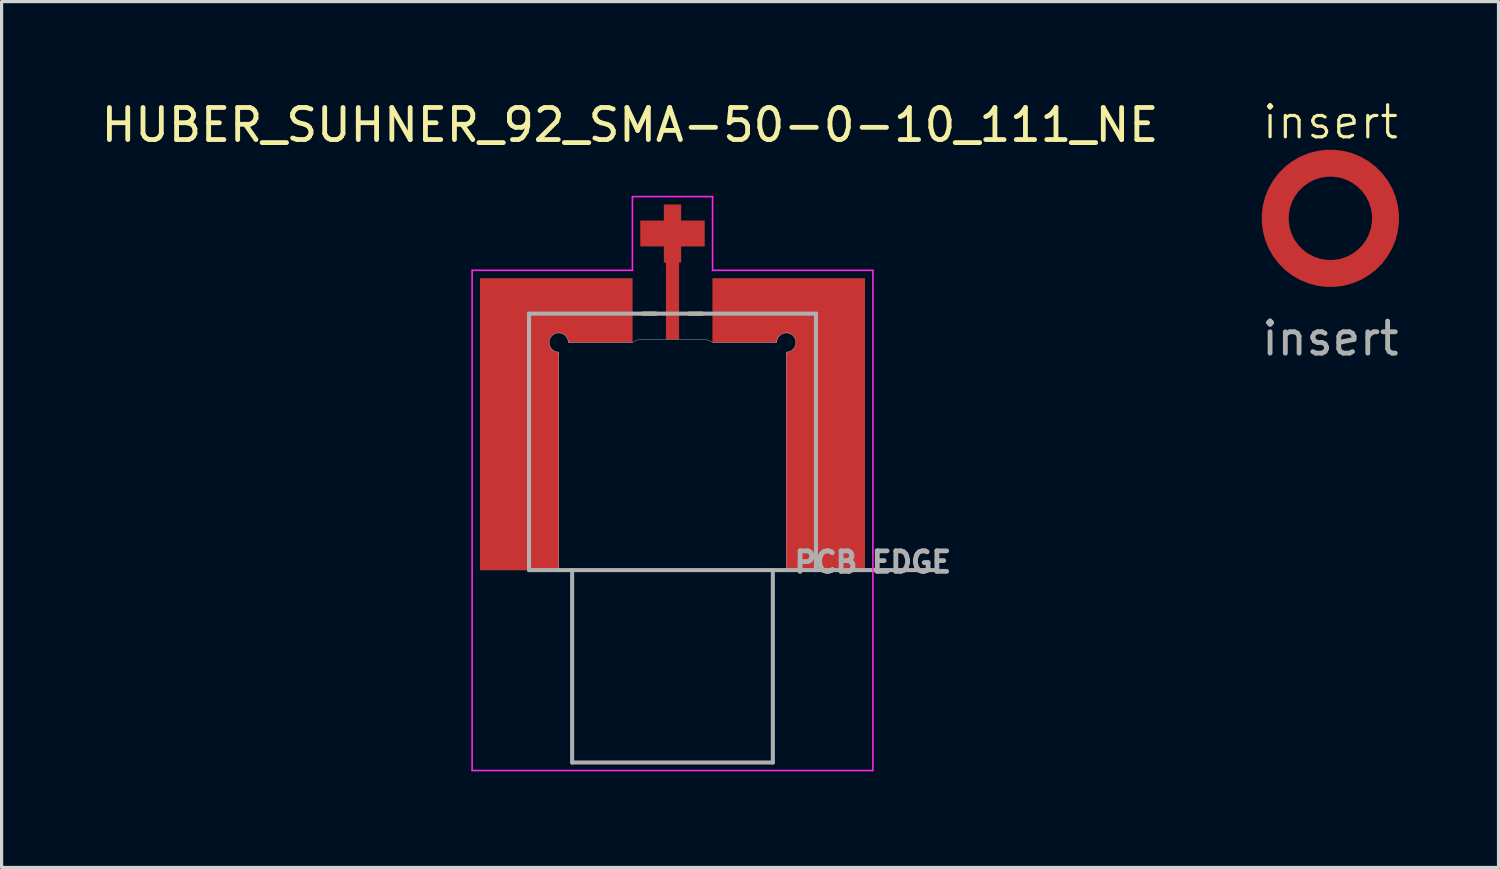
<source format=kicad_pcb>
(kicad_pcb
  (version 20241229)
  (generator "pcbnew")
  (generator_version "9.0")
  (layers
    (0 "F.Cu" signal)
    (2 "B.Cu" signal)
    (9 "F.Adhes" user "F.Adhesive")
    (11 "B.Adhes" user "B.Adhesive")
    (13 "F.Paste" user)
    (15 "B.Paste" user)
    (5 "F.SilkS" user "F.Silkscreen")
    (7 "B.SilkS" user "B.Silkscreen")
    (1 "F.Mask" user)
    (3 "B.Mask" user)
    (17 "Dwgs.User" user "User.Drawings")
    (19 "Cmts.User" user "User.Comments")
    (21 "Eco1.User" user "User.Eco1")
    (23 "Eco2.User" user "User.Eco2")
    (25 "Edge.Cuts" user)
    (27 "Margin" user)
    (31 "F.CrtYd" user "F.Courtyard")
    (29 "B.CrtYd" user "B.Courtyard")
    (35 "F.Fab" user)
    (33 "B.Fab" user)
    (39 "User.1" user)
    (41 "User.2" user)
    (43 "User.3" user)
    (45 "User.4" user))
  (footprint "insert"
    (layer "F.Cu")
    (at 38.446 3.76)
    (property "Reference" "insert" (at 0 -3 0) (unlocked yes) (layer "F.SilkS") (effects (font (size 1 1) (thickness 0.1))))
    (attr smd)
    (fp_circle (center -1.72 0) (end -1.44 0) (stroke (width 0.2) (type solid)) (fill yes) (layer "F.Paste"))
    (fp_circle (center -1.392 -1.011) (end -1.112 -1.011) (stroke (width 0.2) (type solid)) (fill yes) (layer "F.Paste"))
    (fp_circle (center -1.392 1.011) (end -1.112 1.011) (stroke (width 0.2) (type solid)) (fill yes) (layer "F.Paste"))
    (fp_circle (center -0.532 -1.636) (end -0.252 -1.636) (stroke (width 0.2) (type solid)) (fill yes) (layer "F.Paste"))
    (fp_circle (center -0.532 1.636) (end -0.252 1.636) (stroke (width 0.2) (type solid)) (fill yes) (layer "F.Paste"))
    (fp_circle (center 0.532 -1.636) (end 0.812 -1.636) (stroke (width 0.2) (type solid)) (fill yes) (layer "F.Paste"))
    (fp_circle (center 0.532 1.636) (end 0.812 1.636) (stroke (width 0.2) (type solid)) (fill yes) (layer "F.Paste"))
    (fp_circle (center 1.392 -1.011) (end 1.672 -1.011) (stroke (width 0.2) (type solid)) (fill yes) (layer "F.Paste"))
    (fp_circle (center 1.392 1.011) (end 1.672 1.011) (stroke (width 0.2) (type solid)) (fill yes) (layer "F.Paste"))
    (fp_circle (center 0 0) (end 1.25 0) (stroke (width 0.01) (type solid)) (fill no) (layer "User.4"))
    (fp_text user "${REFERENCE}" (at 0 3.75 0) (unlocked yes) (layer "F.Fab") (effects (font (size 1 1) (thickness 0.15))))
    (pad "1" smd custom (at 1.72 0) (size 0.5 0.5) (layers "F.Cu" "F.Mask") (options (anchor circle)) (primitives (gr_circle (center -1.72 0) (end 0 0) (width 0.845) (fill no))))
    (zone (net_name "") (layer "F.Cu") (hatch edge 0.5) (connect_pads) (min_thickness 0.25) (filled_areas_thickness no) (keepout (tracks allowed) (vias allowed) (pads allowed) (copperpour not_allowed) (footprints allowed)) (placement (enabled no)) (fill) (polygon (pts (arc (start 37.144918 3.7605) (mid 39.747942 3.7605) (end 37.144918 3.7605))))))
  (footprint "HUBER_SUHNER_92_SMA-50-0-10_111_NE"
    (layer "F.Cu")
    (at 17.926 14.733)
    (property "Reference" "HUBER_SUHNER_92_SMA-50-0-10_111_NE" (at -1.325 -13.885 0) (layer "F.SilkS") (effects (font (size 1 1) (thickness 0.15))))
    (attr smd)
    (fp_poly (pts (xy -0.365 -9.5) (xy -0.3 -9.5) (xy -0.3 -7.2) (xy 0.3 -7.2) (xy 0.3 -9.5) (xy 0.365 -9.5) (xy 0.365 -10.1) (xy -0.365 -10.1)) (stroke (width 0.01) (type solid)) (fill yes) (layer "F.Mask"))
    (fp_poly (pts (xy -6.1 -9.2) (xy -6.1 0.1) (xy -3.55 0.1) (xy -3.55 -6.8) (xy -3.566 -6.8) (xy -3.581 -6.802) (xy -3.597 -6.804) (xy -3.612 -6.807) (xy -3.628 -6.81) (xy -3.643 -6.815) (xy -3.658 -6.82) (xy -3.672 -6.826) (xy -3.686 -6.833) (xy -3.7 -6.84) (xy -3.713 -6.848) (xy -3.726 -6.857) (xy -3.739 -6.867) (xy -3.751 -6.877) (xy -3.762 -6.888) (xy -3.773 -6.899) (xy -3.783 -6.911) (xy -3.793 -6.924) (xy -3.802 -6.937) (xy -3.81 -6.95) (xy -3.817 -6.964) (xy -3.824 -6.978) (xy -3.83 -6.992) (xy -3.835 -7.007) (xy -3.84 -7.022) (xy -3.843 -7.038) (xy -3.846 -7.053) (xy -3.848 -7.069) (xy -3.85 -7.084) (xy -3.85 -7.1) (xy -3.85 -7.116) (xy -3.848 -7.131) (xy -3.846 -7.147) (xy -3.843 -7.162) (xy -3.84 -7.178) (xy -3.835 -7.193) (xy -3.83 -7.208) (xy -3.824 -7.222) (xy -3.817 -7.236) (xy -3.81 -7.25) (xy -3.802 -7.263) (xy -3.793 -7.276) (xy -3.783 -7.289) (xy -3.773 -7.301) (xy -3.762 -7.312) (xy -3.751 -7.323) (xy -3.739 -7.333) (xy -3.726 -7.343) (xy -3.713 -7.352) (xy -3.7 -7.36) (xy -3.686 -7.367) (xy -3.672 -7.374) (xy -3.658 -7.38) (xy -3.643 -7.385) (xy -3.628 -7.39) (xy -3.612 -7.393) (xy -3.597 -7.396) (xy -3.581 -7.398) (xy -3.566 -7.4) (xy -3.55 -7.4) (xy -3.534 -7.4) (xy -3.519 -7.398) (xy -3.503 -7.396) (xy -3.488 -7.393) (xy -3.472 -7.39) (xy -3.457 -7.385) (xy -3.442 -7.38) (xy -3.428 -7.374) (xy -3.414 -7.367) (xy -3.4 -7.36) (xy -3.387 -7.352) (xy -3.374 -7.343) (xy -3.361 -7.333) (xy -3.349 -7.323) (xy -3.338 -7.312) (xy -3.327 -7.301) (xy -3.317 -7.289) (xy -3.307 -7.276) (xy -3.298 -7.263) (xy -3.29 -7.25) (xy -3.283 -7.236) (xy -3.276 -7.222) (xy -3.27 -7.208) (xy -3.265 -7.193) (xy -3.26 -7.178) (xy -3.257 -7.162) (xy -3.254 -7.147) (xy -3.252 -7.131) (xy -3.25 -7.116) (xy -3.25 -7.1) (xy -1.15 -7.1) (xy -1.15 -9.2) (xy -6.1 -9.2)) (stroke (width 0.01) (type solid)) (fill yes) (layer "F.Mask"))
    (fp_poly (pts (xy 1.15 -9.2) (xy 1.15 -7.1) (xy 3.25 -7.1) (xy 3.25 -7.116) (xy 3.252 -7.131) (xy 3.254 -7.147) (xy 3.257 -7.162) (xy 3.26 -7.178) (xy 3.265 -7.193) (xy 3.27 -7.208) (xy 3.276 -7.222) (xy 3.283 -7.236) (xy 3.29 -7.25) (xy 3.298 -7.263) (xy 3.307 -7.276) (xy 3.317 -7.289) (xy 3.327 -7.301) (xy 3.338 -7.312) (xy 3.349 -7.323) (xy 3.361 -7.333) (xy 3.374 -7.343) (xy 3.387 -7.352) (xy 3.4 -7.36) (xy 3.414 -7.367) (xy 3.428 -7.374) (xy 3.442 -7.38) (xy 3.457 -7.385) (xy 3.472 -7.39) (xy 3.488 -7.393) (xy 3.503 -7.396) (xy 3.519 -7.398) (xy 3.534 -7.4) (xy 3.55 -7.4) (xy 3.566 -7.4) (xy 3.581 -7.398) (xy 3.597 -7.396) (xy 3.612 -7.393) (xy 3.628 -7.39) (xy 3.643 -7.385) (xy 3.658 -7.38) (xy 3.672 -7.374) (xy 3.686 -7.367) (xy 3.7 -7.36) (xy 3.713 -7.352) (xy 3.726 -7.343) (xy 3.739 -7.333) (xy 3.751 -7.323) (xy 3.762 -7.312) (xy 3.773 -7.301) (xy 3.783 -7.289) (xy 3.793 -7.276) (xy 3.802 -7.263) (xy 3.81 -7.25) (xy 3.817 -7.236) (xy 3.824 -7.222) (xy 3.83 -7.208) (xy 3.835 -7.193) (xy 3.84 -7.178) (xy 3.843 -7.162) (xy 3.846 -7.147) (xy 3.848 -7.131) (xy 3.85 -7.116) (xy 3.85 -7.1) (xy 3.85 -7.084) (xy 3.848 -7.069) (xy 3.846 -7.053) (xy 3.843 -7.038) (xy 3.84 -7.022) (xy 3.835 -7.007) (xy 3.83 -6.992) (xy 3.824 -6.978) (xy 3.817 -6.964) (xy 3.81 -6.95) (xy 3.802 -6.937) (xy 3.793 -6.924) (xy 3.783 -6.911) (xy 3.773 -6.899) (xy 3.762 -6.888) (xy 3.751 -6.877) (xy 3.739 -6.867) (xy 3.726 -6.857) (xy 3.713 -6.848) (xy 3.7 -6.84) (xy 3.686 -6.833) (xy 3.672 -6.826) (xy 3.658 -6.82) (xy 3.643 -6.815) (xy 3.628 -6.81) (xy 3.612 -6.807) (xy 3.597 -6.804) (xy 3.581 -6.802) (xy 3.566 -6.8) (xy 3.55 -6.8) (xy 3.55 0.1) (xy 6.1 0.1) (xy 6.1 -9.2) (xy 1.15 -9.2)) (stroke (width 0.01) (type solid)) (fill yes) (layer "F.Mask"))
    (fp_line (start -0.93 -8) (end -0.52 -8) (stroke (width 0.127) (type solid)) (layer "F.SilkS"))
    (fp_line (start 0.52 -8) (end 0.93 -8) (stroke (width 0.127) (type solid)) (layer "F.SilkS"))
    (fp_poly (pts (xy -0.265 -9.6) (xy -0.2 -9.6) (xy -0.2 -7.2) (xy 0.2 -7.2) (xy 0.2 -9.6) (xy 0.265 -9.6) (xy 0.265 -10.1) (xy -0.265 -10.1)) (stroke (width 0.01) (type solid)) (fill yes) (layer "F.Paste"))
    (fp_poly (pts (xy -6 -9.1) (xy -6 0) (xy -3.55 0) (xy -3.55 -6.8) (xy -3.566 -6.8) (xy -3.581 -6.802) (xy -3.597 -6.804) (xy -3.612 -6.807) (xy -3.628 -6.81) (xy -3.643 -6.815) (xy -3.658 -6.82) (xy -3.672 -6.826) (xy -3.686 -6.833) (xy -3.7 -6.84) (xy -3.713 -6.848) (xy -3.726 -6.857) (xy -3.739 -6.867) (xy -3.751 -6.877) (xy -3.762 -6.888) (xy -3.773 -6.899) (xy -3.783 -6.911) (xy -3.793 -6.924) (xy -3.802 -6.937) (xy -3.81 -6.95) (xy -3.817 -6.964) (xy -3.824 -6.978) (xy -3.83 -6.992) (xy -3.835 -7.007) (xy -3.84 -7.022) (xy -3.843 -7.038) (xy -3.846 -7.053) (xy -3.848 -7.069) (xy -3.85 -7.084) (xy -3.85 -7.1) (xy -3.85 -7.116) (xy -3.848 -7.131) (xy -3.846 -7.147) (xy -3.843 -7.162) (xy -3.84 -7.178) (xy -3.835 -7.193) (xy -3.83 -7.208) (xy -3.824 -7.222) (xy -3.817 -7.236) (xy -3.81 -7.25) (xy -3.802 -7.263) (xy -3.793 -7.276) (xy -3.783 -7.289) (xy -3.773 -7.301) (xy -3.762 -7.312) (xy -3.751 -7.323) (xy -3.739 -7.333) (xy -3.726 -7.343) (xy -3.713 -7.352) (xy -3.7 -7.36) (xy -3.686 -7.367) (xy -3.672 -7.374) (xy -3.658 -7.38) (xy -3.643 -7.385) (xy -3.628 -7.39) (xy -3.612 -7.393) (xy -3.597 -7.396) (xy -3.581 -7.398) (xy -3.566 -7.4) (xy -3.55 -7.4) (xy -3.534 -7.4) (xy -3.519 -7.398) (xy -3.503 -7.396) (xy -3.488 -7.393) (xy -3.472 -7.39) (xy -3.457 -7.385) (xy -3.442 -7.38) (xy -3.428 -7.374) (xy -3.414 -7.367) (xy -3.4 -7.36) (xy -3.387 -7.352) (xy -3.374 -7.343) (xy -3.361 -7.333) (xy -3.349 -7.323) (xy -3.338 -7.312) (xy -3.327 -7.301) (xy -3.317 -7.289) (xy -3.307 -7.276) (xy -3.298 -7.263) (xy -3.29 -7.25) (xy -3.283 -7.236) (xy -3.276 -7.222) (xy -3.27 -7.208) (xy -3.265 -7.193) (xy -3.26 -7.178) (xy -3.257 -7.162) (xy -3.254 -7.147) (xy -3.252 -7.131) (xy -3.25 -7.116) (xy -3.25 -7.1) (xy -1.25 -7.1) (xy -1.25 -9.1) (xy -6 -9.1)) (stroke (width 0.01) (type solid)) (fill yes) (layer "F.Paste"))
    (fp_poly (pts (xy 3.25 -7.1) (xy 1.25 -7.1) (xy 1.25 -9.1) (xy 6 -9.1) (xy 6 0) (xy 3.55 0) (xy 3.55 -6.8) (xy 3.566 -6.8) (xy 3.581 -6.802) (xy 3.597 -6.804) (xy 3.612 -6.807) (xy 3.628 -6.81) (xy 3.643 -6.815) (xy 3.658 -6.82) (xy 3.672 -6.826) (xy 3.686 -6.833) (xy 3.7 -6.84) (xy 3.713 -6.848) (xy 3.726 -6.857) (xy 3.739 -6.867) (xy 3.751 -6.877) (xy 3.762 -6.888) (xy 3.773 -6.899) (xy 3.783 -6.911) (xy 3.793 -6.924) (xy 3.802 -6.937) (xy 3.81 -6.95) (xy 3.817 -6.964) (xy 3.824 -6.978) (xy 3.83 -6.992) (xy 3.835 -7.007) (xy 3.84 -7.022) (xy 3.843 -7.038) (xy 3.846 -7.053) (xy 3.848 -7.069) (xy 3.85 -7.084) (xy 3.85 -7.1) (xy 3.85 -7.116) (xy 3.848 -7.131) (xy 3.846 -7.147) (xy 3.843 -7.162) (xy 3.84 -7.178) (xy 3.835 -7.193) (xy 3.83 -7.208) (xy 3.824 -7.222) (xy 3.817 -7.236) (xy 3.81 -7.25) (xy 3.802 -7.263) (xy 3.793 -7.276) (xy 3.783 -7.289) (xy 3.773 -7.301) (xy 3.762 -7.312) (xy 3.751 -7.323) (xy 3.739 -7.333) (xy 3.726 -7.343) (xy 3.713 -7.352) (xy 3.7 -7.36) (xy 3.686 -7.367) (xy 3.672 -7.374) (xy 3.658 -7.38) (xy 3.643 -7.385) (xy 3.628 -7.39) (xy 3.612 -7.393) (xy 3.597 -7.396) (xy 3.581 -7.398) (xy 3.566 -7.4) (xy 3.55 -7.4) (xy 3.534 -7.4) (xy 3.519 -7.398) (xy 3.503 -7.396) (xy 3.488 -7.393) (xy 3.472 -7.39) (xy 3.457 -7.385) (xy 3.442 -7.38) (xy 3.428 -7.374) (xy 3.414 -7.367) (xy 3.4 -7.36) (xy 3.387 -7.352) (xy 3.374 -7.343) (xy 3.361 -7.333) (xy 3.349 -7.323) (xy 3.338 -7.312) (xy 3.327 -7.301) (xy 3.317 -7.289) (xy 3.307 -7.276) (xy 3.298 -7.263) (xy 3.29 -7.25) (xy 3.283 -7.236) (xy 3.276 -7.222) (xy 3.27 -7.208) (xy 3.265 -7.193) (xy 3.26 -7.178) (xy 3.257 -7.162) (xy 3.254 -7.147) (xy 3.252 -7.131) (xy 3.25 -7.116) (xy 3.25 -7.1)) (stroke (width 0.01) (type solid)) (fill yes) (layer "F.Paste"))
    (fp_line (start -3.55 0) (end -3.55 -6.8) (stroke (width 0.01) (type solid)) (layer "Edge.Cuts"))
    (fp_line (start -3.25 -7.1) (end -1.25 -7.1) (stroke (width 0.01) (type solid)) (layer "Edge.Cuts"))
    (fp_line (start -0.95 -7.2) (end 0.95 -7.2) (stroke (width 0.01) (type solid)) (layer "Edge.Cuts"))
    (fp_line (start 1.25 -7.1) (end 3.25 -7.1) (stroke (width 0.01) (type solid)) (layer "Edge.Cuts"))
    (fp_line (start 3.55 -6.8) (end 3.55 0) (stroke (width 0.01) (type solid)) (layer "Edge.Cuts"))
    (fp_line (start 3.55 0) (end -3.55 0) (stroke (width 0.01) (type solid)) (layer "Edge.Cuts"))
    (fp_arc (start -3.85 -7.1) (mid -3.762132 -7.312132) (end -3.55 -7.4) (stroke (width 0.01) (type solid)) (layer "Edge.Cuts"))
    (fp_arc (start -3.55 -7.4) (mid -3.337868 -7.312132) (end -3.25 -7.1) (stroke (width 0.01) (type solid)) (layer "Edge.Cuts"))
    (fp_arc (start -3.55 -6.8) (mid -3.762132 -6.887868) (end -3.85 -7.1) (stroke (width 0.01) (type solid)) (layer "Edge.Cuts"))
    (fp_arc (start -1.25 -7.1) (mid -1.108114 -7.174342) (end -0.95 -7.2) (stroke (width 0.01) (type solid)) (layer "Edge.Cuts"))
    (fp_arc (start 0.95 -7.2) (mid 1.108114 -7.174342) (end 1.25 -7.1) (stroke (width 0.01) (type solid)) (layer "Edge.Cuts"))
    (fp_arc (start 3.25 -7.1) (mid 3.337868 -7.312132) (end 3.55 -7.4) (stroke (width 0.01) (type solid)) (layer "Edge.Cuts"))
    (fp_arc (start 3.55 -7.4) (mid 3.762132 -7.312132) (end 3.85 -7.1) (stroke (width 0.01) (type solid)) (layer "Edge.Cuts"))
    (fp_arc (start 3.85 -7.1) (mid 3.762132 -6.887868) (end 3.55 -6.8) (stroke (width 0.01) (type solid)) (layer "Edge.Cuts"))
    (fp_line (start -6.25 -9.35) (end -1.25 -9.35) (stroke (width 0.05) (type solid)) (layer "F.CrtYd"))
    (fp_line (start -6.25 6.25) (end -6.25 -9.35) (stroke (width 0.05) (type solid)) (layer "F.CrtYd"))
    (fp_line (start -1.25 -11.65) (end 1.25 -11.65) (stroke (width 0.05) (type solid)) (layer "F.CrtYd"))
    (fp_line (start -1.25 -9.35) (end -1.25 -11.65) (stroke (width 0.05) (type solid)) (layer "F.CrtYd"))
    (fp_line (start 1.25 -11.65) (end 1.25 -9.35) (stroke (width 0.05) (type solid)) (layer "F.CrtYd"))
    (fp_line (start 1.25 -9.35) (end 6.25 -9.35) (stroke (width 0.05) (type solid)) (layer "F.CrtYd"))
    (fp_line (start 6.25 -9.35) (end 6.25 6.25) (stroke (width 0.05) (type solid)) (layer "F.CrtYd"))
    (fp_line (start 6.25 6.25) (end -6.25 6.25) (stroke (width 0.05) (type solid)) (layer "F.CrtYd"))
    (fp_line (start -4.475 -8) (end 4.475 -8) (stroke (width 0.127) (type solid)) (layer "F.Fab"))
    (fp_line (start -4.475 0) (end -4.475 -8) (stroke (width 0.127) (type solid)) (layer "F.Fab"))
    (fp_line (start -4.475 0) (end -3.13 0) (stroke (width 0.127) (type solid)) (layer "F.Fab"))
    (fp_line (start -3.13 0) (end -3.13 6) (stroke (width 0.127) (type solid)) (layer "F.Fab"))
    (fp_line (start 3.13 0) (end -3.13 0) (stroke (width 0.127) (type solid)) (layer "F.Fab"))
    (fp_line (start 3.13 0) (end 3.13 6) (stroke (width 0.127) (type solid)) (layer "F.Fab"))
    (fp_line (start 3.13 6) (end -3.13 6) (stroke (width 0.127) (type solid)) (layer "F.Fab"))
    (fp_line (start 4.475 -8) (end 4.475 0) (stroke (width 0.127) (type solid)) (layer "F.Fab"))
    (fp_line (start 4.475 0) (end 3.13 0) (stroke (width 0.127) (type solid)) (layer "F.Fab"))
    (fp_line (start 4.475 0) (end 8.25 0) (stroke (width 0.127) (type solid)) (layer "F.Fab"))
    (fp_text user "PCB EDGE" (at 6.25 -0.25 0) (layer "F.Fab") (effects (font (size 0.64 0.64) (thickness 0.15))))
    (pad "1" smd custom (at 0 -8.4) (size 0.2 2) (layers "F.Cu") (options (anchor rect)) (primitives (gr_poly (pts (xy -1 -2.5) (xy -1 -1.7) (xy -0.265 -1.7) (xy -0.265 -1.2) (xy -0.2 -1.2) (xy -0.2 1.2) (xy 0.2 1.2) (xy 0.2 -1.2) (xy 0.265 -1.2) (xy 0.265 -1.7) (xy 1 -1.7) (xy 1 -2.5) (xy 0.265 -2.5) (xy 0.265 -3) (xy -0.265 -3) (xy -0.265 -2.5)) (width 0.01) (fill yes))))
    (pad "G1" smd custom (at -5 -4.55) (size 1 8) (layers "F.Cu") (options (anchor rect)) (primitives (gr_poly (pts (xy -1 -4.55) (xy -1 4.55) (xy 1.45 4.55) (xy 1.45 -2.25) (xy 1.434 -2.25) (xy 1.419 -2.252) (xy 1.403 -2.254) (xy 1.388 -2.257) (xy 1.372 -2.26) (xy 1.357 -2.265) (xy 1.342 -2.27) (xy 1.328 -2.276) (xy 1.314 -2.283) (xy 1.3 -2.29) (xy 1.287 -2.298) (xy 1.274 -2.307) (xy 1.261 -2.317) (xy 1.249 -2.327) (xy 1.238 -2.338) (xy 1.227 -2.349) (xy 1.217 -2.361) (xy 1.207 -2.374) (xy 1.198 -2.387) (xy 1.19 -2.4) (xy 1.183 -2.414) (xy 1.176 -2.428) (xy 1.17 -2.442) (xy 1.165 -2.457) (xy 1.16 -2.472) (xy 1.157 -2.488) (xy 1.154 -2.503) (xy 1.152 -2.519) (xy 1.15 -2.534) (xy 1.15 -2.55) (xy 1.15 -2.566) (xy 1.152 -2.581) (xy 1.154 -2.597) (xy 1.157 -2.612) (xy 1.16 -2.628) (xy 1.165 -2.643) (xy 1.17 -2.658) (xy 1.176 -2.672) (xy 1.183 -2.686) (xy 1.19 -2.7) (xy 1.198 -2.713) (xy 1.207 -2.726) (xy 1.217 -2.739) (xy 1.227 -2.751) (xy 1.238 -2.762) (xy 1.249 -2.773) (xy 1.261 -2.783) (xy 1.274 -2.793) (xy 1.287 -2.802) (xy 1.3 -2.81) (xy 1.314 -2.817) (xy 1.328 -2.824) (xy 1.342 -2.83) (xy 1.357 -2.835) (xy 1.372 -2.84) (xy 1.388 -2.843) (xy 1.403 -2.846) (xy 1.419 -2.848) (xy 1.434 -2.85) (xy 1.45 -2.85) (xy 1.466 -2.85) (xy 1.481 -2.848) (xy 1.497 -2.846) (xy 1.512 -2.843) (xy 1.528 -2.84) (xy 1.543 -2.835) (xy 1.558 -2.83) (xy 1.572 -2.824) (xy 1.586 -2.817) (xy 1.6 -2.81) (xy 1.613 -2.802) (xy 1.626 -2.793) (xy 1.639 -2.783) (xy 1.651 -2.773) (xy 1.662 -2.762) (xy 1.673 -2.751) (xy 1.683 -2.739) (xy 1.693 -2.726) (xy 1.702 -2.713) (xy 1.71 -2.7) (xy 1.717 -2.686) (xy 1.724 -2.672) (xy 1.73 -2.658) (xy 1.735 -2.643) (xy 1.74 -2.628) (xy 1.743 -2.612) (xy 1.746 -2.597) (xy 1.748 -2.581) (xy 1.75 -2.566) (xy 1.75 -2.55) (xy 3.75 -2.55) (xy 3.75 -4.55) (xy -1 -4.55)) (width 0.01) (fill yes))))
    (pad "G2" smd custom (at 5 -4.55) (size 1 8) (layers "F.Cu") (options (anchor rect)) (primitives (gr_poly (pts (xy -1.75 -2.55) (xy -3.75 -2.55) (xy -3.75 -4.55) (xy 1 -4.55) (xy 1 4.55) (xy -1.45 4.55) (xy -1.45 -2.25) (xy -1.434 -2.25) (xy -1.419 -2.252) (xy -1.403 -2.254) (xy -1.388 -2.257) (xy -1.372 -2.26) (xy -1.357 -2.265) (xy -1.342 -2.27) (xy -1.328 -2.276) (xy -1.314 -2.283) (xy -1.3 -2.29) (xy -1.287 -2.298) (xy -1.274 -2.307) (xy -1.261 -2.317) (xy -1.249 -2.327) (xy -1.238 -2.338) (xy -1.227 -2.349) (xy -1.217 -2.361) (xy -1.207 -2.374) (xy -1.198 -2.387) (xy -1.19 -2.4) (xy -1.183 -2.414) (xy -1.176 -2.428) (xy -1.17 -2.442) (xy -1.165 -2.457) (xy -1.16 -2.472) (xy -1.157 -2.488) (xy -1.154 -2.503) (xy -1.152 -2.519) (xy -1.15 -2.534) (xy -1.15 -2.55) (xy -1.15 -2.566) (xy -1.152 -2.581) (xy -1.154 -2.597) (xy -1.157 -2.612) (xy -1.16 -2.628) (xy -1.165 -2.643) (xy -1.17 -2.658) (xy -1.176 -2.672) (xy -1.183 -2.686) (xy -1.19 -2.7) (xy -1.198 -2.713) (xy -1.207 -2.726) (xy -1.217 -2.739) (xy -1.227 -2.751) (xy -1.238 -2.762) (xy -1.249 -2.773) (xy -1.261 -2.783) (xy -1.274 -2.793) (xy -1.287 -2.802) (xy -1.3 -2.81) (xy -1.314 -2.817) (xy -1.328 -2.824) (xy -1.342 -2.83) (xy -1.357 -2.835) (xy -1.372 -2.84) (xy -1.388 -2.843) (xy -1.403 -2.846) (xy -1.419 -2.848) (xy -1.434 -2.85) (xy -1.45 -2.85) (xy -1.466 -2.85) (xy -1.481 -2.848) (xy -1.497 -2.846) (xy -1.512 -2.843) (xy -1.528 -2.84) (xy -1.543 -2.835) (xy -1.558 -2.83) (xy -1.572 -2.824) (xy -1.586 -2.817) (xy -1.6 -2.81) (xy -1.613 -2.802) (xy -1.626 -2.793) (xy -1.639 -2.783) (xy -1.651 -2.773) (xy -1.662 -2.762) (xy -1.673 -2.751) (xy -1.683 -2.739) (xy -1.693 -2.726) (xy -1.702 -2.713) (xy -1.71 -2.7) (xy -1.717 -2.686) (xy -1.724 -2.672) (xy -1.73 -2.658) (xy -1.735 -2.643) (xy -1.74 -2.628) (xy -1.743 -2.612) (xy -1.746 -2.597) (xy -1.748 -2.581) (xy -1.75 -2.566) (xy -1.75 -2.55)) (width 0.01) (fill yes)))))
  (gr_rect
    (start -3 -3)
    (end 43.69 24.008)
    (stroke (width 0.1) (type default))
    (fill no)
    (layer "Edge.Cuts")))
</source>
